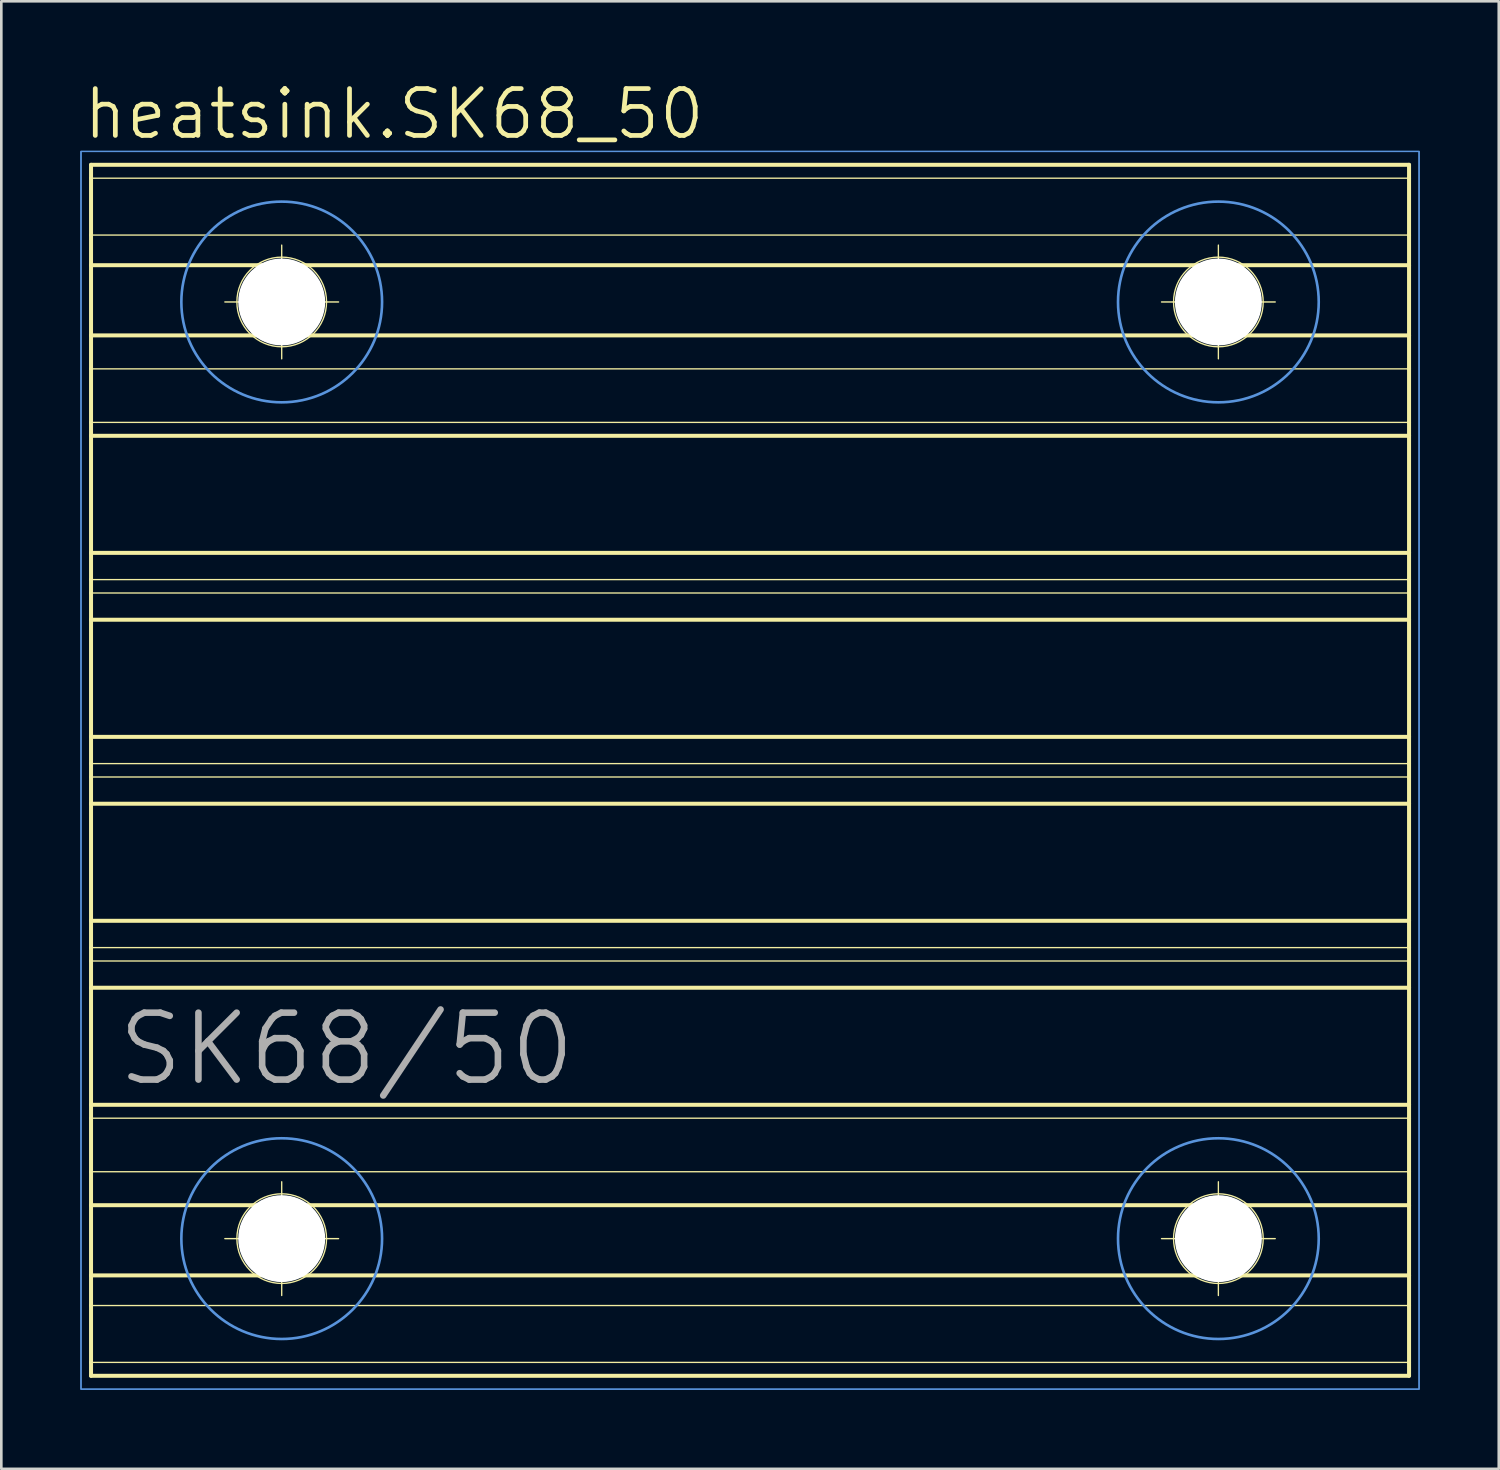
<source format=kicad_pcb>
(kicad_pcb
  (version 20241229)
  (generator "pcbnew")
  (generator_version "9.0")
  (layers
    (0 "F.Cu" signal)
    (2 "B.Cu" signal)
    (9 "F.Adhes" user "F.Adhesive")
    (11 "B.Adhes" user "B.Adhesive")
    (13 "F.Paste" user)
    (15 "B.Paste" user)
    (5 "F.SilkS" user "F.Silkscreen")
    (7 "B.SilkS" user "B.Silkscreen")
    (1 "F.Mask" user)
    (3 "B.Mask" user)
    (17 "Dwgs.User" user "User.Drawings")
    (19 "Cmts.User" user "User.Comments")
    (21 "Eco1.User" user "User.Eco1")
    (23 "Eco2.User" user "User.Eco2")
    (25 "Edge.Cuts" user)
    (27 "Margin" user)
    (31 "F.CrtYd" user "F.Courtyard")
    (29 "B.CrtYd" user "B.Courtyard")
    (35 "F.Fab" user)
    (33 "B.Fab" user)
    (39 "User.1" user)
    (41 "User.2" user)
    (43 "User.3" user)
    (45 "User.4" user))
  (footprint "heatsink.SK68_50"
    (layer "F.Cu")
    (at 25.425 26.194)
    (property "Reference" "heatsink.SK68_50" (at -25.4 -23.876 0) (layer "F.SilkS") (effects (font (size 1.778 1.778) (thickness 0.18)) (justify left bottom)))
    (fp_line (start -25.019 -22.987) (end -25.019 -22.479) (stroke (width 0.152) (type default)) (layer "F.SilkS"))
    (fp_line (start -25.019 -22.479) (end -25.019 -20.32) (stroke (width 0.152) (type default)) (layer "F.SilkS"))
    (fp_line (start -25.019 -22.479) (end 25.019 -22.479) (stroke (width 0.051) (type default)) (layer "F.SilkS"))
    (fp_line (start -25.019 -20.32) (end -25.019 -19.177) (stroke (width 0.152) (type default)) (layer "F.SilkS"))
    (fp_line (start -25.019 -20.32) (end 25.019 -20.32) (stroke (width 0.051) (type default)) (layer "F.SilkS"))
    (fp_line (start -25.019 -19.177) (end -25.019 -16.51) (stroke (width 0.152) (type default)) (layer "F.SilkS"))
    (fp_line (start -25.019 -19.177) (end 25.019 -19.177) (stroke (width 0.152) (type default)) (layer "F.SilkS"))
    (fp_line (start -25.019 -16.51) (end 25.019 -16.51) (stroke (width 0.152) (type default)) (layer "F.SilkS"))
    (fp_line (start -25.019 -15.24) (end -25.019 -16.51) (stroke (width 0.152) (type default)) (layer "F.SilkS"))
    (fp_line (start -25.019 -15.24) (end 25.019 -15.24) (stroke (width 0.051) (type default)) (layer "F.SilkS"))
    (fp_line (start -25.019 -13.208) (end -25.019 -15.24) (stroke (width 0.152) (type default)) (layer "F.SilkS"))
    (fp_line (start -25.019 -13.208) (end -25.019 -12.7) (stroke (width 0.152) (type default)) (layer "F.SilkS"))
    (fp_line (start -25.019 -13.208) (end 25.019 -13.208) (stroke (width 0.051) (type default)) (layer "F.SilkS"))
    (fp_line (start -25.019 -12.7) (end -25.019 -8.255) (stroke (width 0.152) (type default)) (layer "F.SilkS"))
    (fp_line (start -25.019 -12.7) (end 25.019 -12.7) (stroke (width 0.152) (type default)) (layer "F.SilkS"))
    (fp_line (start -25.019 -8.255) (end -25.019 -7.239) (stroke (width 0.152) (type default)) (layer "F.SilkS"))
    (fp_line (start -25.019 -8.255) (end 25.019 -8.255) (stroke (width 0.152) (type default)) (layer "F.SilkS"))
    (fp_line (start -25.019 -7.239) (end 25.019 -7.239) (stroke (width 0.051) (type default)) (layer "F.SilkS"))
    (fp_line (start -25.019 -6.731) (end -25.019 -7.239) (stroke (width 0.152) (type default)) (layer "F.SilkS"))
    (fp_line (start -25.019 -6.731) (end -25.019 -5.715) (stroke (width 0.152) (type default)) (layer "F.SilkS"))
    (fp_line (start -25.019 -6.731) (end 25.019 -6.731) (stroke (width 0.051) (type default)) (layer "F.SilkS"))
    (fp_line (start -25.019 -5.715) (end -25.019 -1.27) (stroke (width 0.152) (type default)) (layer "F.SilkS"))
    (fp_line (start -25.019 -5.715) (end 25.019 -5.715) (stroke (width 0.152) (type default)) (layer "F.SilkS"))
    (fp_line (start -25.019 -1.27) (end -25.019 -0.254) (stroke (width 0.152) (type default)) (layer "F.SilkS"))
    (fp_line (start -25.019 -1.27) (end 25.019 -1.27) (stroke (width 0.152) (type default)) (layer "F.SilkS"))
    (fp_line (start -25.019 -0.254) (end -25.019 0.254) (stroke (width 0.152) (type default)) (layer "F.SilkS"))
    (fp_line (start -25.019 -0.254) (end 25.019 -0.254) (stroke (width 0.051) (type default)) (layer "F.SilkS"))
    (fp_line (start -25.019 0.254) (end 25.019 0.254) (stroke (width 0.051) (type default)) (layer "F.SilkS"))
    (fp_line (start -25.019 1.27) (end -25.019 0.254) (stroke (width 0.152) (type default)) (layer "F.SilkS"))
    (fp_line (start -25.019 1.27) (end -25.019 5.715) (stroke (width 0.152) (type default)) (layer "F.SilkS"))
    (fp_line (start -25.019 1.27) (end 25.019 1.27) (stroke (width 0.152) (type default)) (layer "F.SilkS"))
    (fp_line (start -25.019 5.715) (end -25.019 6.731) (stroke (width 0.152) (type default)) (layer "F.SilkS"))
    (fp_line (start -25.019 5.715) (end 25.019 5.715) (stroke (width 0.152) (type default)) (layer "F.SilkS"))
    (fp_line (start -25.019 6.731) (end -25.019 7.239) (stroke (width 0.152) (type default)) (layer "F.SilkS"))
    (fp_line (start -25.019 6.731) (end 25.019 6.731) (stroke (width 0.051) (type default)) (layer "F.SilkS"))
    (fp_line (start -25.019 7.239) (end 25.019 7.239) (stroke (width 0.051) (type default)) (layer "F.SilkS"))
    (fp_line (start -25.019 8.255) (end -25.019 7.239) (stroke (width 0.152) (type default)) (layer "F.SilkS"))
    (fp_line (start -25.019 8.255) (end 25.019 8.255) (stroke (width 0.152) (type default)) (layer "F.SilkS"))
    (fp_line (start -25.019 12.7) (end -25.019 8.255) (stroke (width 0.152) (type default)) (layer "F.SilkS"))
    (fp_line (start -25.019 12.7) (end -25.019 13.208) (stroke (width 0.152) (type default)) (layer "F.SilkS"))
    (fp_line (start -25.019 13.208) (end -25.019 15.24) (stroke (width 0.152) (type default)) (layer "F.SilkS"))
    (fp_line (start -25.019 15.24) (end -25.019 16.51) (stroke (width 0.152) (type default)) (layer "F.SilkS"))
    (fp_line (start -25.019 16.51) (end -25.019 19.177) (stroke (width 0.152) (type default)) (layer "F.SilkS"))
    (fp_line (start -25.019 20.32) (end -25.019 19.177) (stroke (width 0.152) (type default)) (layer "F.SilkS"))
    (fp_line (start -25.019 22.479) (end -25.019 20.32) (stroke (width 0.152) (type default)) (layer "F.SilkS"))
    (fp_line (start -25.019 22.479) (end -25.019 22.987) (stroke (width 0.152) (type default)) (layer "F.SilkS"))
    (fp_line (start -25.019 22.987) (end 25.019 22.987) (stroke (width 0.152) (type default)) (layer "F.SilkS"))
    (fp_line (start -19.939 -17.78) (end -15.621 -17.78) (stroke (width 0.051) (type default)) (layer "F.SilkS"))
    (fp_line (start -19.939 17.78) (end -15.621 17.78) (stroke (width 0.051) (type default)) (layer "F.SilkS"))
    (fp_line (start -17.78 -19.939) (end -17.78 -15.621) (stroke (width 0.051) (type default)) (layer "F.SilkS"))
    (fp_line (start -17.78 15.621) (end -17.78 19.939) (stroke (width 0.051) (type default)) (layer "F.SilkS"))
    (fp_line (start 15.621 -17.78) (end 19.939 -17.78) (stroke (width 0.051) (type default)) (layer "F.SilkS"))
    (fp_line (start 15.621 17.78) (end 19.939 17.78) (stroke (width 0.051) (type default)) (layer "F.SilkS"))
    (fp_line (start 17.78 -19.939) (end 17.78 -15.621) (stroke (width 0.051) (type default)) (layer "F.SilkS"))
    (fp_line (start 17.78 15.621) (end 17.78 19.939) (stroke (width 0.051) (type default)) (layer "F.SilkS"))
    (fp_line (start 25.019 -22.987) (end -25.019 -22.987) (stroke (width 0.152) (type default)) (layer "F.SilkS"))
    (fp_line (start 25.019 -22.987) (end 25.019 -22.479) (stroke (width 0.152) (type default)) (layer "F.SilkS"))
    (fp_line (start 25.019 -20.32) (end 25.019 -22.479) (stroke (width 0.152) (type default)) (layer "F.SilkS"))
    (fp_line (start 25.019 -19.177) (end 25.019 -20.32) (stroke (width 0.152) (type default)) (layer "F.SilkS"))
    (fp_line (start 25.019 -16.51) (end 25.019 -19.177) (stroke (width 0.152) (type default)) (layer "F.SilkS"))
    (fp_line (start 25.019 -16.51) (end 25.019 -15.24) (stroke (width 0.152) (type default)) (layer "F.SilkS"))
    (fp_line (start 25.019 -13.208) (end 25.019 -15.24) (stroke (width 0.152) (type default)) (layer "F.SilkS"))
    (fp_line (start 25.019 -13.208) (end 25.019 -12.7) (stroke (width 0.152) (type default)) (layer "F.SilkS"))
    (fp_line (start 25.019 -8.255) (end 25.019 -12.7) (stroke (width 0.152) (type default)) (layer "F.SilkS"))
    (fp_line (start 25.019 -7.239) (end 25.019 -8.255) (stroke (width 0.152) (type default)) (layer "F.SilkS"))
    (fp_line (start 25.019 -7.239) (end 25.019 -6.731) (stroke (width 0.152) (type default)) (layer "F.SilkS"))
    (fp_line (start 25.019 -5.715) (end 25.019 -6.731) (stroke (width 0.152) (type default)) (layer "F.SilkS"))
    (fp_line (start 25.019 -1.27) (end 25.019 -5.715) (stroke (width 0.152) (type default)) (layer "F.SilkS"))
    (fp_line (start 25.019 -1.27) (end 25.019 -0.254) (stroke (width 0.152) (type default)) (layer "F.SilkS"))
    (fp_line (start 25.019 -0.254) (end 25.019 0.254) (stroke (width 0.152) (type default)) (layer "F.SilkS"))
    (fp_line (start 25.019 0.254) (end 25.019 1.27) (stroke (width 0.152) (type default)) (layer "F.SilkS"))
    (fp_line (start 25.019 5.715) (end 25.019 1.27) (stroke (width 0.152) (type default)) (layer "F.SilkS"))
    (fp_line (start 25.019 5.715) (end 25.019 6.731) (stroke (width 0.152) (type default)) (layer "F.SilkS"))
    (fp_line (start 25.019 6.731) (end 25.019 7.239) (stroke (width 0.152) (type default)) (layer "F.SilkS"))
    (fp_line (start 25.019 7.239) (end 25.019 8.255) (stroke (width 0.152) (type default)) (layer "F.SilkS"))
    (fp_line (start 25.019 12.7) (end -25.019 12.7) (stroke (width 0.152) (type default)) (layer "F.SilkS"))
    (fp_line (start 25.019 12.7) (end 25.019 8.255) (stroke (width 0.152) (type default)) (layer "F.SilkS"))
    (fp_line (start 25.019 12.7) (end 25.019 13.208) (stroke (width 0.152) (type default)) (layer "F.SilkS"))
    (fp_line (start 25.019 13.208) (end -25.019 13.208) (stroke (width 0.051) (type default)) (layer "F.SilkS"))
    (fp_line (start 25.019 15.24) (end -25.019 15.24) (stroke (width 0.051) (type default)) (layer "F.SilkS"))
    (fp_line (start 25.019 15.24) (end 25.019 13.208) (stroke (width 0.152) (type default)) (layer "F.SilkS"))
    (fp_line (start 25.019 16.51) (end -25.019 16.51) (stroke (width 0.152) (type default)) (layer "F.SilkS"))
    (fp_line (start 25.019 16.51) (end 25.019 15.24) (stroke (width 0.152) (type default)) (layer "F.SilkS"))
    (fp_line (start 25.019 19.177) (end -25.019 19.177) (stroke (width 0.152) (type default)) (layer "F.SilkS"))
    (fp_line (start 25.019 19.177) (end 25.019 16.51) (stroke (width 0.152) (type default)) (layer "F.SilkS"))
    (fp_line (start 25.019 20.32) (end -25.019 20.32) (stroke (width 0.051) (type default)) (layer "F.SilkS"))
    (fp_line (start 25.019 20.32) (end 25.019 19.177) (stroke (width 0.152) (type default)) (layer "F.SilkS"))
    (fp_line (start 25.019 22.479) (end -25.019 22.479) (stroke (width 0.051) (type default)) (layer "F.SilkS"))
    (fp_line (start 25.019 22.479) (end 25.019 20.32) (stroke (width 0.152) (type default)) (layer "F.SilkS"))
    (fp_line (start 25.019 22.987) (end 25.019 22.479) (stroke (width 0.152) (type default)) (layer "F.SilkS"))
    (fp_circle (center -17.78 -17.78) (end -16.078 -17.78) (stroke (width 0.051) (type default)) (fill no) (layer "F.SilkS"))
    (fp_circle (center -17.78 17.78) (end -16.078 17.78) (stroke (width 0.051) (type default)) (fill no) (layer "F.SilkS"))
    (fp_circle (center 17.78 -17.78) (end 19.482 -17.78) (stroke (width 0.051) (type default)) (fill no) (layer "F.SilkS"))
    (fp_circle (center 17.78 17.78) (end 19.482 17.78) (stroke (width 0.051) (type default)) (fill no) (layer "F.SilkS"))
    (fp_rect (start -25.4 23.495) (end 25.4 -23.495) (stroke (width 0.05) (type default)) (fill no) (layer "Cmts.User"))
    (fp_rect (start -25.4 23.495) (end 25.4 -23.495) (stroke (width 0.05) (type default)) (fill no) (layer "Cmts.User"))
    (fp_circle (center -17.78 -17.78) (end -13.97 -17.78) (stroke (width 0.1) (type default)) (fill no) (layer "Cmts.User"))
    (fp_circle (center -17.78 17.78) (end -13.97 17.78) (stroke (width 0.1) (type default)) (fill no) (layer "Cmts.User"))
    (fp_circle (center 17.78 -17.78) (end 21.59 -17.78) (stroke (width 0.1) (type default)) (fill no) (layer "Cmts.User"))
    (fp_circle (center 17.78 17.78) (end 21.59 17.78) (stroke (width 0.1) (type default)) (fill no) (layer "Cmts.User"))
    (fp_text user "SK68/50" (at -24.13 12.065 0) (layer "F.Fab") (effects (font (size 2.54 2.54) (thickness 0.25)) (justify left bottom)))
    (pad "" np_thru_hole circle (at -17.78 -17.78) (size 3.302 3.302) (drill 3.302) (layers "*.Cu" "*.Mask"))
    (pad "" np_thru_hole circle (at -17.78 17.78) (size 3.302 3.302) (drill 3.302) (layers "*.Cu" "*.Mask"))
    (pad "" np_thru_hole circle (at 17.78 -17.78) (size 3.302 3.302) (drill 3.302) (layers "*.Cu" "*.Mask"))
    (pad "" np_thru_hole circle (at 17.78 17.78) (size 3.302 3.302) (drill 3.302) (layers "*.Cu" "*.Mask")))
  (gr_rect
    (start -3 -3)
    (end 53.85 52.714)
    (stroke (width 0.1) (type default))
    (fill no)
    (layer "Edge.Cuts")))
</source>
